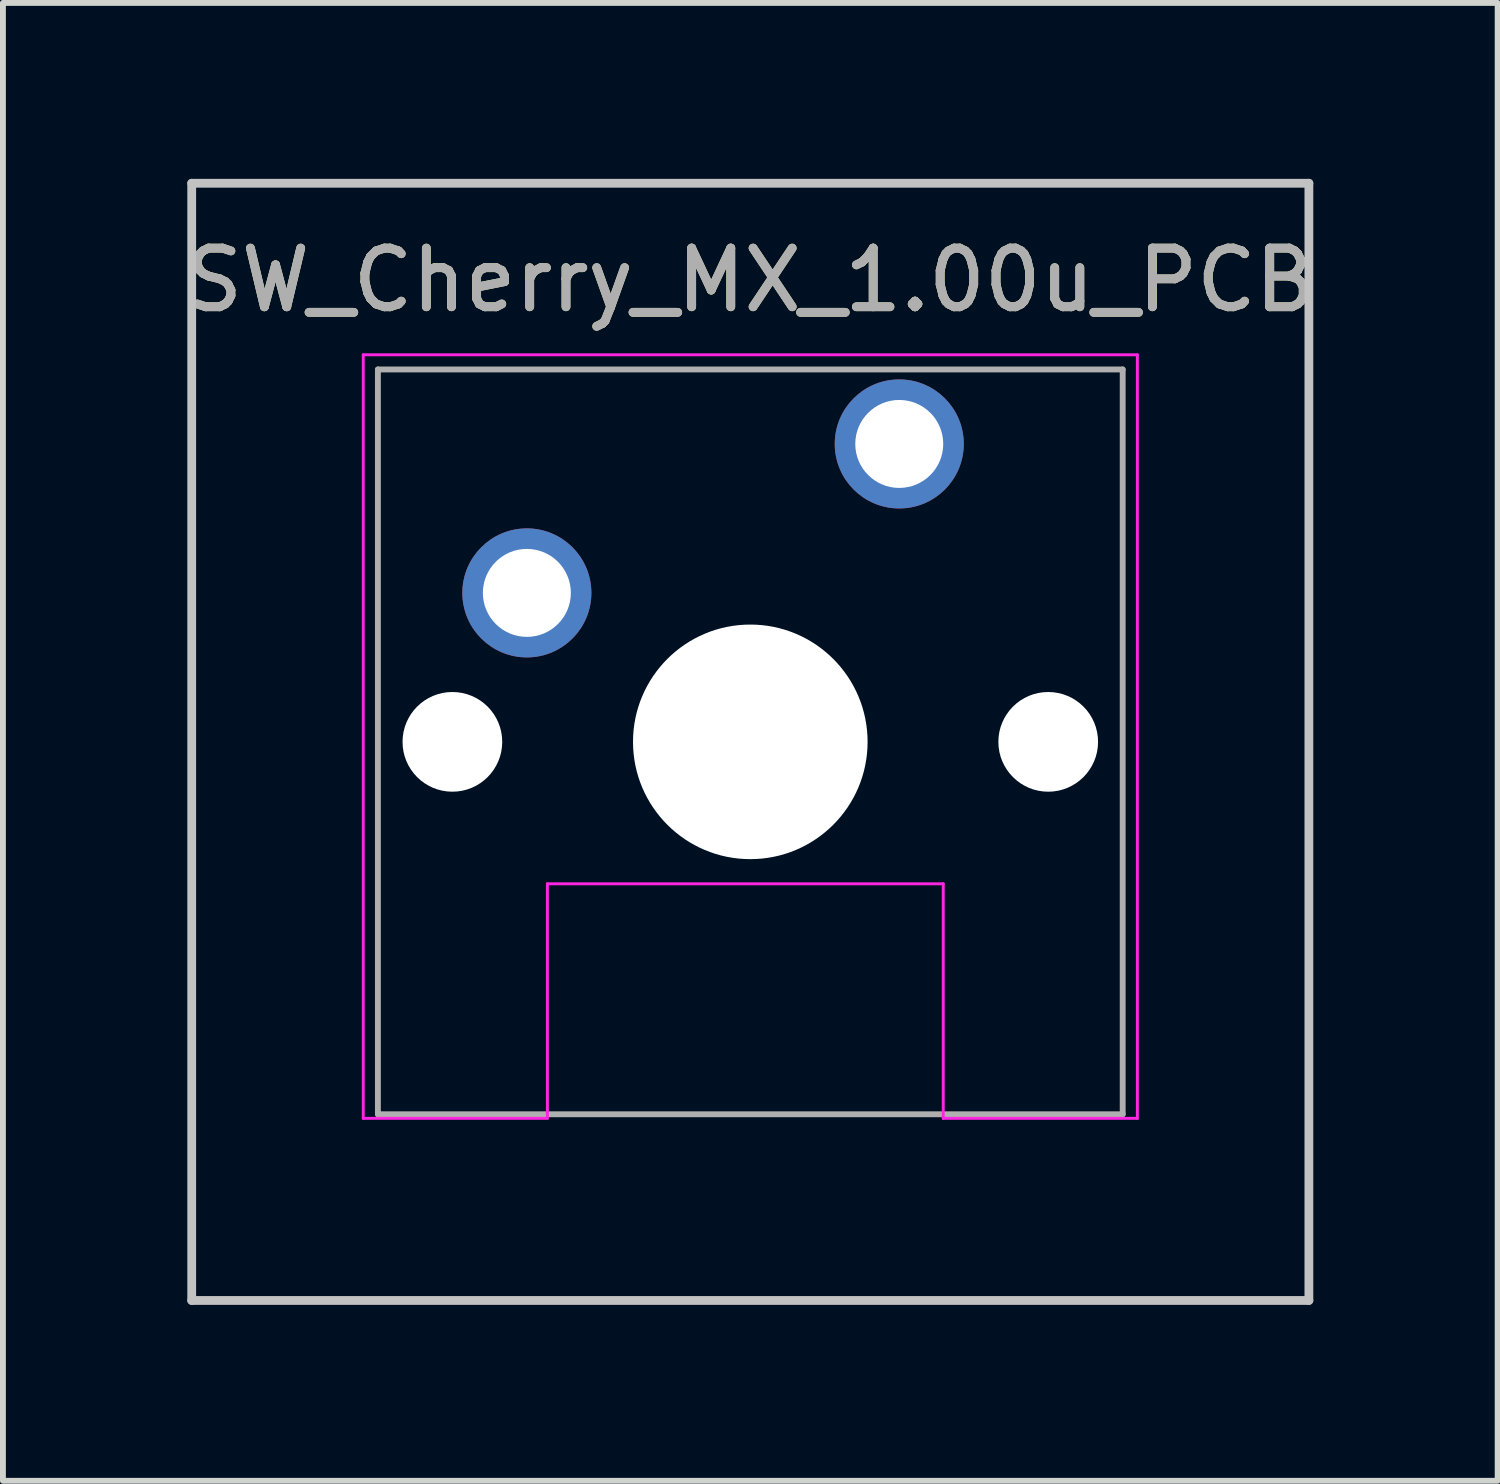
<source format=kicad_pcb>
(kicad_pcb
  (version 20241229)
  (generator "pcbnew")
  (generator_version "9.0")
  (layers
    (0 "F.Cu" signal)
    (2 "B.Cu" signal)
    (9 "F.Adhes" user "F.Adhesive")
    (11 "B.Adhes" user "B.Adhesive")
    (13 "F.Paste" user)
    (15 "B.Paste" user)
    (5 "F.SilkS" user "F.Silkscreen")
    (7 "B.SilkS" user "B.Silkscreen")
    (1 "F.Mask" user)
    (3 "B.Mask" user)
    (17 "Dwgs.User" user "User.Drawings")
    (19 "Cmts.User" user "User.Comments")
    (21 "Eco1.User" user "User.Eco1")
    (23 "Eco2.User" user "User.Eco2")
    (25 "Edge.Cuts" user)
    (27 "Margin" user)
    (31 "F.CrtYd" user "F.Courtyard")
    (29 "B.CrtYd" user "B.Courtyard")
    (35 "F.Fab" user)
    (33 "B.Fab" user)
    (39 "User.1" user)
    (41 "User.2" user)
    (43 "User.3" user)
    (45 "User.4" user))
  (footprint "SW_Cherry_MX_1.00u_PCB"
    (layer "F.Cu")
    (at 12.284 4.52)
    (property "Reference" "SW_Cherry_MX_1.00u_PCB" (at -2.54 -2.794 0) (layer "F.SilkS") (effects (font (size 1 1) (thickness 0.15))))
    (attr through_hole)
    (fp_line (start -12.065 -4.445) (end 6.985 -4.445) (stroke (width 0.15) (type solid)) (layer "Dwgs.User"))
    (fp_line (start -12.065 14.605) (end -12.065 -4.445) (stroke (width 0.15) (type solid)) (layer "Dwgs.User"))
    (fp_line (start 6.985 -4.445) (end 6.985 14.605) (stroke (width 0.15) (type solid)) (layer "Dwgs.User"))
    (fp_line (start 6.985 14.605) (end -12.065 14.605) (stroke (width 0.15) (type solid)) (layer "Dwgs.User"))
    (fp_line (start -9.14 -1.52) (end 4.06 -1.52) (stroke (width 0.05) (type solid)) (layer "F.CrtYd"))
    (fp_line (start -9.14 11.5) (end -9.14 -1.52) (stroke (width 0.05) (type solid)) (layer "F.CrtYd"))
    (fp_line (start -9.14 11.5) (end -6 11.5) (stroke (width 0.05) (type default)) (layer "F.CrtYd"))
    (fp_line (start -6 7.5) (end 0.75 7.5) (stroke (width 0.05) (type default)) (layer "F.CrtYd"))
    (fp_line (start -6 11.5) (end -6 7.5) (stroke (width 0.05) (type default)) (layer "F.CrtYd"))
    (fp_line (start 0.75 7.5) (end 0.75 11.5) (stroke (width 0.05) (type default)) (layer "F.CrtYd"))
    (fp_line (start 0.75 11.5) (end 4.06 11.5) (stroke (width 0.05) (type default)) (layer "F.CrtYd"))
    (fp_line (start 4.06 -1.52) (end 4.06 11.5) (stroke (width 0.05) (type solid)) (layer "F.CrtYd"))
    (fp_line (start -8.89 -1.27) (end 3.81 -1.27) (stroke (width 0.1) (type solid)) (layer "F.Fab"))
    (fp_line (start -8.89 11.43) (end -8.89 -1.27) (stroke (width 0.1) (type solid)) (layer "F.Fab"))
    (fp_line (start 3.81 -1.27) (end 3.81 11.43) (stroke (width 0.1) (type solid)) (layer "F.Fab"))
    (fp_line (start 3.81 11.43) (end -8.89 11.43) (stroke (width 0.1) (type solid)) (layer "F.Fab"))
    (fp_text user "${REFERENCE}" (at -2.54 -2.794 0) (layer "F.Fab") (effects (font (size 1 1) (thickness 0.15))))
    (pad "" np_thru_hole circle (at -7.62 5.08) (size 1.7 1.7) (drill 1.7) (layers "*.Cu" "*.Mask"))
    (pad "" np_thru_hole circle (at -2.54 5.08) (size 4 4) (drill 4) (layers "*.Cu" "*.Mask"))
    (pad "" np_thru_hole circle (at 2.54 5.08) (size 1.7 1.7) (drill 1.7) (layers "*.Cu" "*.Mask"))
    (pad "1" thru_hole circle (at 0 0) (size 2.2 2.2) (drill 1.5) (layers "*.Cu" "*.Mask"))
    (pad "2" thru_hole circle (at -6.35 2.54) (size 2.2 2.2) (drill 1.5) (layers "*.Cu" "*.Mask")))
  (gr_rect
    (start -3 -3)
    (end 22.488 22.2)
    (stroke (width 0.1) (type default))
    (fill no)
    (layer "Edge.Cuts")))
</source>
